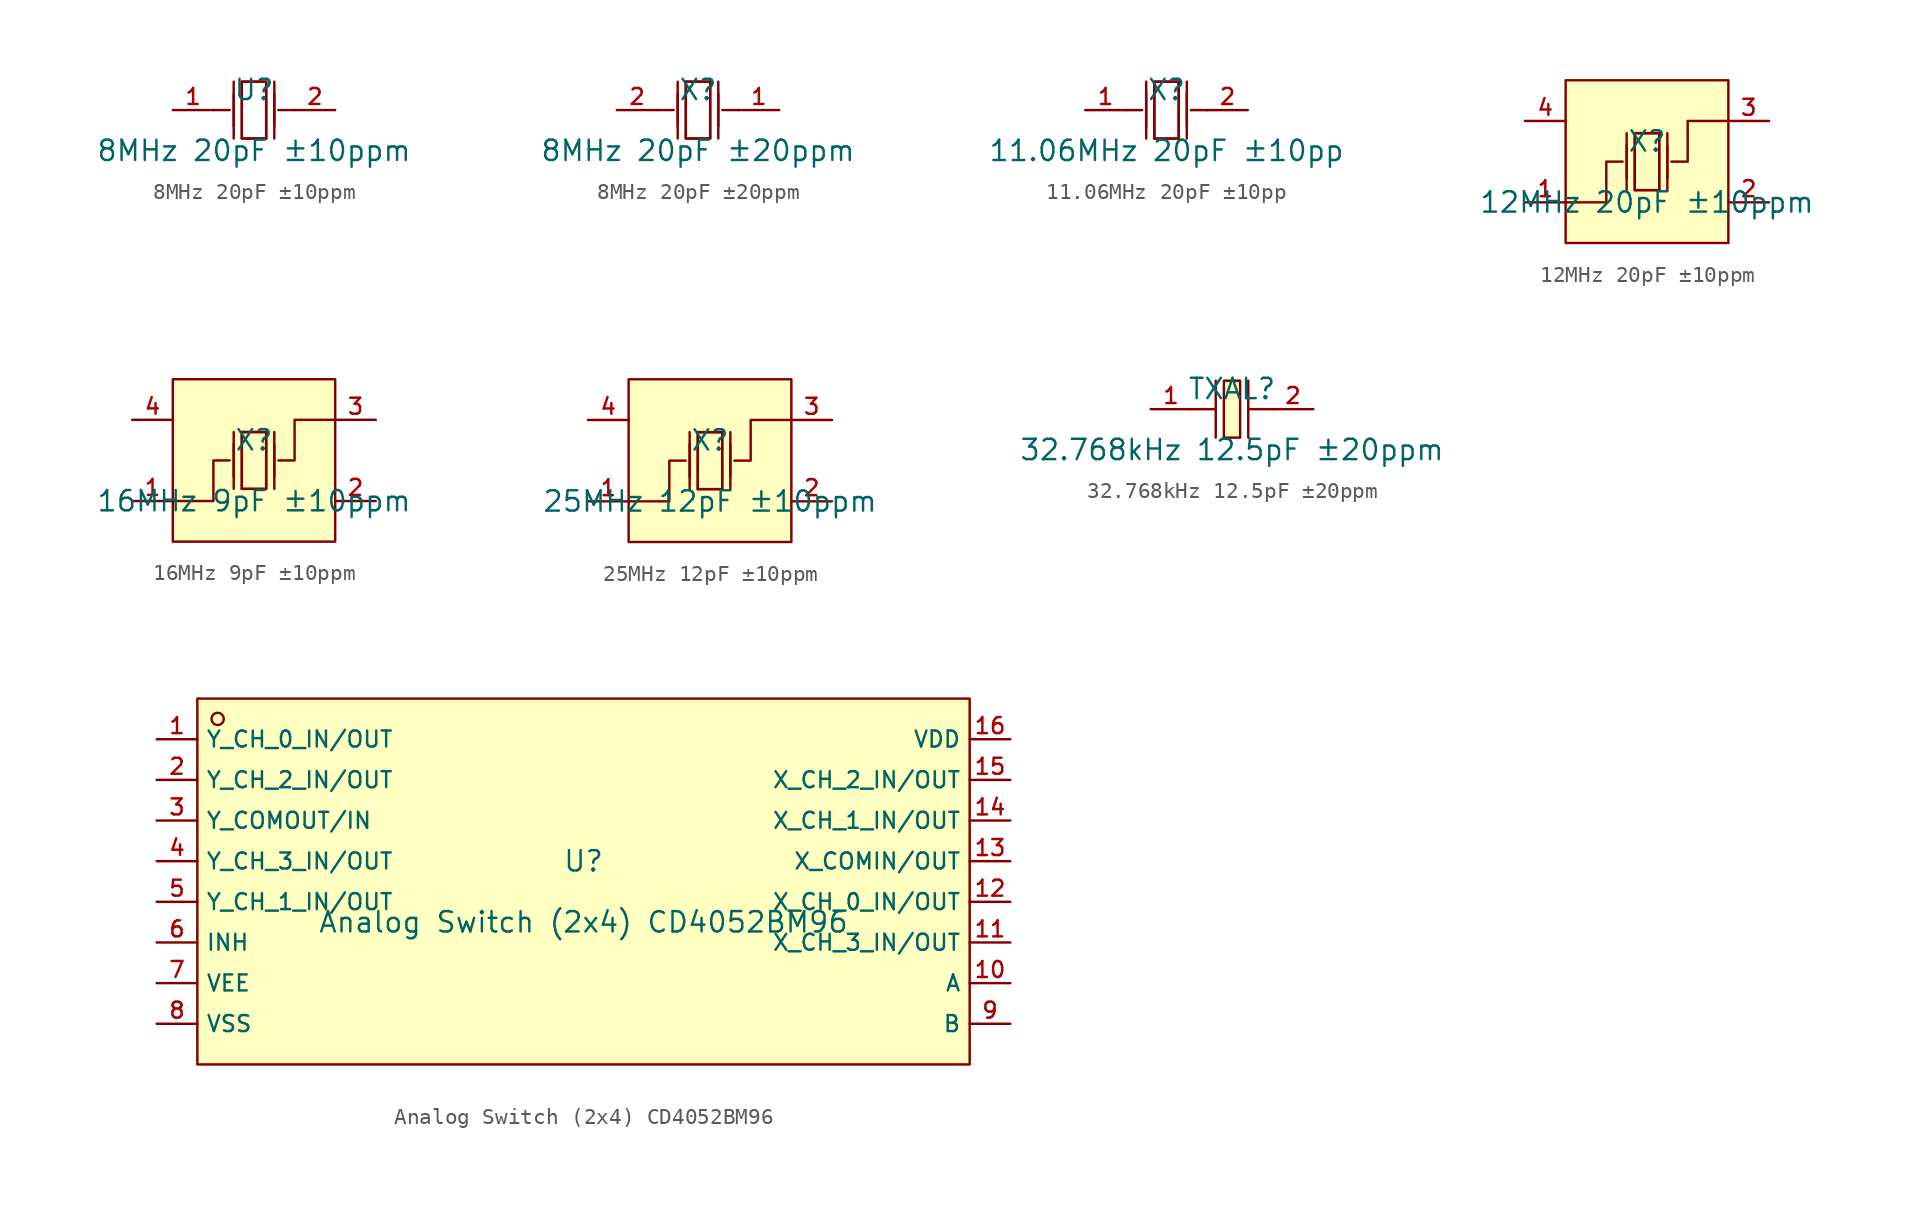
<source format=kicad_sym>
(kicad_symbol_lib
  (version 20220914)
  (generator kicad_symbol_editor)
  (symbol "8MHz 20pF ±10ppm"
    (pin_names hide)
    (property "Reference" "U"
      (at 0 1.27 0)
      (effects (font (size 1.27 1.27))))
    (property "Value" "8MHz 20pF ±10ppm"
      (at 0 -2.54 0)
      (effects (font (size 1.27 1.27))))
    (symbol "8MHz 20pF ±10ppm_0_1"
      (polyline (pts (xy -2.54 0) (xy -1.524 0)) (stroke (width 0) (type default)) (fill (type none)))
      (polyline (pts (xy -1.27 -1.778) (xy -1.27 1.778)) (stroke (width 0) (type default)) (fill (type none)))
      (polyline (pts (xy -1.27 -1.016) (xy -1.27 1.016)) (stroke (width 0) (type default)) (fill (type none)))
      (polyline (pts (xy 0.762 -1.778) (xy -0.762 -1.778)) (stroke (width 0) (type default)) (fill (type none)))
      (polyline (pts (xy 1.27 -1.778) (xy 1.27 1.778)) (stroke (width 0) (type default)) (fill (type none)))
      (polyline (pts (xy 1.27 -1.016) (xy 1.27 1.016)) (stroke (width 0) (type default)) (fill (type none)))
      (polyline (pts (xy 2.54 0) (xy 1.524 0)) (stroke (width 0) (type default)) (fill (type none)))
      (polyline (pts (xy -0.762 -1.778) (xy -0.762 1.778) (xy 0.762 1.778) (xy 0.762 -1.778)) (stroke (width 0) (type default)) (fill (type none)))
      (polyline (pts (xy 0.762 1.778) (xy 0.762 -1.778) (xy -0.762 -1.778) (xy -0.762 1.778) (xy 0.762 1.778)) (stroke (width 0) (type default)) (fill (type none)))
      (pin input line (at -5.08 0 0) (length 2.54) (name "OSC1" (effects (font (size 1 1)))) (number "1" (effects (font (size 1 1)))))
      (pin input line (at 5.08 0 180) (length 2.54) (name "OSC2" (effects (font (size 1 1)))) (number "2" (effects (font (size 1 1)))))))
  (symbol "8MHz 20pF ±20ppm"
    (pin_names hide)
    (property "Reference" "X"
      (at 0 1.27 0)
      (effects (font (size 1.27 1.27))))
    (property "Value" "8MHz 20pF ±20ppm"
      (at 0 -2.54 0)
      (effects (font (size 1.27 1.27))))
    (symbol "8MHz 20pF ±20ppm_0_1"
      (polyline (pts (xy -2.54 0) (xy -1.524 0)) (stroke (width 0) (type default)) (fill (type none)))
      (polyline (pts (xy -1.27 1.016) (xy -1.27 -1.016)) (stroke (width 0) (type default)) (fill (type none)))
      (polyline (pts (xy -1.27 1.778) (xy -1.27 -1.778)) (stroke (width 0) (type default)) (fill (type none)))
      (polyline (pts (xy -0.762 1.778) (xy 0.762 1.778)) (stroke (width 0) (type default)) (fill (type none)))
      (polyline (pts (xy 1.27 1.016) (xy 1.27 -1.016)) (stroke (width 0) (type default)) (fill (type none)))
      (polyline (pts (xy 1.27 1.778) (xy 1.27 -1.778)) (stroke (width 0) (type default)) (fill (type none)))
      (polyline (pts (xy 2.54 0) (xy 1.524 0)) (stroke (width 0) (type default)) (fill (type none)))
      (polyline (pts (xy 0.762 1.778) (xy 0.762 -1.778) (xy -0.762 -1.778) (xy -0.762 1.778)) (stroke (width 0) (type default)) (fill (type none)))
      (polyline (pts (xy -0.762 -1.778) (xy -0.762 1.778) (xy 0.762 1.778) (xy 0.762 -1.778) (xy -0.762 -1.778)) (stroke (width 0) (type default)) (fill (type none)))
      (pin input line (at 5.08 0 180) (length 2.54) (name "OSC1" (effects (font (size 1 1)))) (number "1" (effects (font (size 1 1)))))
      (pin input line (at -5.08 0 0) (length 2.54) (name "OSC2" (effects (font (size 1 1)))) (number "2" (effects (font (size 1 1)))))))
  (symbol "11.06MHz 20pF ±10pp"
    (pin_names hide)
    (property "Reference" "X"
      (at 0 1.27 0)
      (effects (font (size 1.27 1.27))))
    (property "Value" "11.06MHz 20pF ±10pp"
      (at 0 -2.54 0)
      (effects (font (size 1.27 1.27))))
    (symbol "11.06MHz 20pF ±10pp_0_1"
      (polyline (pts (xy -2.54 0) (xy -1.524 0)) (stroke (width 0) (type default)) (fill (type none)))
      (polyline (pts (xy -1.27 -1.778) (xy -1.27 1.778)) (stroke (width 0) (type default)) (fill (type none)))
      (polyline (pts (xy -1.27 -1.016) (xy -1.27 1.016)) (stroke (width 0) (type default)) (fill (type none)))
      (polyline (pts (xy 0.762 -1.778) (xy -0.762 -1.778)) (stroke (width 0) (type default)) (fill (type none)))
      (polyline (pts (xy 1.27 -1.778) (xy 1.27 1.778)) (stroke (width 0) (type default)) (fill (type none)))
      (polyline (pts (xy 1.27 -1.016) (xy 1.27 1.016)) (stroke (width 0) (type default)) (fill (type none)))
      (polyline (pts (xy 2.54 0) (xy 1.524 0)) (stroke (width 0) (type default)) (fill (type none)))
      (polyline (pts (xy -0.762 -1.778) (xy -0.762 1.778) (xy 0.762 1.778) (xy 0.762 -1.778)) (stroke (width 0) (type default)) (fill (type none)))
      (polyline (pts (xy 0.762 1.778) (xy 0.762 -1.778) (xy -0.762 -1.778) (xy -0.762 1.778) (xy 0.762 1.778)) (stroke (width 0) (type default)) (fill (type none)))
      (pin input line (at -5.08 0 0) (length 2.54) (name "OSC1" (effects (font (size 1 1)))) (number "1" (effects (font (size 1 1)))))
      (pin input line (at 5.08 0 180) (length 2.54) (name "OSC2" (effects (font (size 1 1)))) (number "2" (effects (font (size 1 1)))))))
  (symbol "12MHz 20pF ±10ppm"
    (pin_names hide)
    (property "Reference" "X"
      (at 0 1.27 0)
      (effects (font (size 1.27 1.27))))
    (property "Value" "12MHz 20pF ±10ppm"
      (at 0 -2.54 0)
      (effects (font (size 1.27 1.27))))
    (symbol "12MHz 20pF ±10ppm_0_1"
      (rectangle (start -5.08 5.08) (end 5.08 -5.08) (stroke (width 0) (type default)) (fill (type background)))
      (polyline (pts (xy -1.27 -1.778) (xy -1.27 1.778)) (stroke (width 0) (type default)) (fill (type none)))
      (polyline (pts (xy -1.27 -1.016) (xy -1.27 1.016)) (stroke (width 0) (type default)) (fill (type none)))
      (polyline (pts (xy 0.762 -1.778) (xy -0.762 -1.778)) (stroke (width 0) (type default)) (fill (type none)))
      (polyline (pts (xy 1.27 -1.778) (xy 1.27 1.778)) (stroke (width 0) (type default)) (fill (type none)))
      (polyline (pts (xy 1.27 -1.016) (xy 1.27 1.016)) (stroke (width 0) (type default)) (fill (type none)))
      (polyline (pts (xy -5.08 -2.54) (xy -2.54 -2.54) (xy -2.54 0) (xy -1.524 0)) (stroke (width 0) (type default)) (fill (type none)))
      (polyline (pts (xy -0.762 -1.778) (xy -0.762 1.778) (xy 0.762 1.778) (xy 0.762 -1.778)) (stroke (width 0) (type default)) (fill (type none)))
      (polyline (pts (xy 5.08 2.54) (xy 2.54 2.54) (xy 2.54 0) (xy 1.524 0)) (stroke (width 0) (type default)) (fill (type none)))
      (polyline (pts (xy 0.762 1.778) (xy 0.762 -1.778) (xy -0.762 -1.778) (xy -0.762 1.778) (xy 0.762 1.778)) (stroke (width 0) (type default)) (fill (type none)))
      (pin unspecified line (at -7.62 -2.54 0) (length 2.54) (name "OSC1" (effects (font (size 1 1)))) (number "1" (effects (font (size 1 1)))))
      (pin unspecified line (at 7.62 -2.54 180) (length 2.54) (name "GND" (effects (font (size 1 1)))) (number "2" (effects (font (size 1 1)))))
      (pin unspecified line (at 7.62 2.54 180) (length 2.54) (name "OSC2" (effects (font (size 1 1)))) (number "3" (effects (font (size 1 1)))))
      (pin unspecified line (at -7.62 2.54 0) (length 2.54) (name "GND" (effects (font (size 1 1)))) (number "4" (effects (font (size 1 1)))))))
  (symbol "16MHz 9pF ±10ppm"
    (pin_names hide)
    (property "Reference" "X"
      (at 0 1.27 0)
      (effects (font (size 1.27 1.27))))
    (property "Value" "16MHz 9pF ±10ppm"
      (at 0 -2.54 0)
      (effects (font (size 1.27 1.27))))
    (symbol "16MHz 9pF ±10ppm_0_1"
      (rectangle (start -5.08 5.08) (end 5.08 -5.08) (stroke (width 0) (type default)) (fill (type background)))
      (polyline (pts (xy -1.27 -1.778) (xy -1.27 1.778)) (stroke (width 0) (type default)) (fill (type none)))
      (polyline (pts (xy -1.27 -1.016) (xy -1.27 1.016)) (stroke (width 0) (type default)) (fill (type none)))
      (polyline (pts (xy 0.762 -1.778) (xy -0.762 -1.778)) (stroke (width 0) (type default)) (fill (type none)))
      (polyline (pts (xy 1.27 -1.778) (xy 1.27 1.778)) (stroke (width 0) (type default)) (fill (type none)))
      (polyline (pts (xy 1.27 -1.016) (xy 1.27 1.016)) (stroke (width 0) (type default)) (fill (type none)))
      (polyline (pts (xy -5.08 -2.54) (xy -2.54 -2.54) (xy -2.54 0) (xy -1.524 0)) (stroke (width 0) (type default)) (fill (type none)))
      (polyline (pts (xy -0.762 -1.778) (xy -0.762 1.778) (xy 0.762 1.778) (xy 0.762 -1.778)) (stroke (width 0) (type default)) (fill (type none)))
      (polyline (pts (xy 5.08 2.54) (xy 2.54 2.54) (xy 2.54 0) (xy 1.524 0)) (stroke (width 0) (type default)) (fill (type none)))
      (polyline (pts (xy 0.762 1.778) (xy 0.762 -1.778) (xy -0.762 -1.778) (xy -0.762 1.778) (xy 0.762 1.778)) (stroke (width 0) (type default)) (fill (type none)))
      (pin unspecified line (at -7.62 -2.54 0) (length 2.54) (name "OSC1" (effects (font (size 1 1)))) (number "1" (effects (font (size 1 1)))))
      (pin unspecified line (at 7.62 -2.54 180) (length 2.54) (name "GND" (effects (font (size 1 1)))) (number "2" (effects (font (size 1 1)))))
      (pin unspecified line (at 7.62 2.54 180) (length 2.54) (name "OSC2" (effects (font (size 1 1)))) (number "3" (effects (font (size 1 1)))))
      (pin unspecified line (at -7.62 2.54 0) (length 2.54) (name "GND" (effects (font (size 1 1)))) (number "4" (effects (font (size 1 1)))))))
  (symbol "25MHz 12pF ±10ppm"
    (pin_names hide)
    (property "Reference" "X"
      (at 0 1.27 0)
      (effects (font (size 1.27 1.27))))
    (property "Value" "25MHz 12pF ±10ppm"
      (at 0 -2.54 0)
      (effects (font (size 1.27 1.27))))
    (symbol "25MHz 12pF ±10ppm_0_1"
      (rectangle (start -5.08 5.08) (end 5.08 -5.08) (stroke (width 0) (type default)) (fill (type background)))
      (polyline (pts (xy -1.27 -1.778) (xy -1.27 1.778)) (stroke (width 0) (type default)) (fill (type none)))
      (polyline (pts (xy -1.27 -1.016) (xy -1.27 1.016)) (stroke (width 0) (type default)) (fill (type none)))
      (polyline (pts (xy 0.762 -1.778) (xy -0.762 -1.778)) (stroke (width 0) (type default)) (fill (type none)))
      (polyline (pts (xy 1.27 -1.778) (xy 1.27 1.778)) (stroke (width 0) (type default)) (fill (type none)))
      (polyline (pts (xy 1.27 -1.016) (xy 1.27 1.016)) (stroke (width 0) (type default)) (fill (type none)))
      (polyline (pts (xy -5.08 -2.54) (xy -2.54 -2.54) (xy -2.54 0) (xy -1.524 0)) (stroke (width 0) (type default)) (fill (type none)))
      (polyline (pts (xy -0.762 -1.778) (xy -0.762 1.778) (xy 0.762 1.778) (xy 0.762 -1.778)) (stroke (width 0) (type default)) (fill (type none)))
      (polyline (pts (xy 5.08 2.54) (xy 2.54 2.54) (xy 2.54 0) (xy 1.524 0)) (stroke (width 0) (type default)) (fill (type none)))
      (polyline (pts (xy 0.762 1.778) (xy 0.762 -1.778) (xy -0.762 -1.778) (xy -0.762 1.778) (xy 0.762 1.778)) (stroke (width 0) (type default)) (fill (type none)))
      (pin unspecified line (at -7.62 -2.54 0) (length 2.54) (name "OSC1" (effects (font (size 1 1)))) (number "1" (effects (font (size 1 1)))))
      (pin unspecified line (at 7.62 -2.54 180) (length 2.54) (name "GND" (effects (font (size 1 1)))) (number "2" (effects (font (size 1 1)))))
      (pin unspecified line (at 7.62 2.54 180) (length 2.54) (name "OSC2" (effects (font (size 1 1)))) (number "3" (effects (font (size 1 1)))))
      (pin unspecified line (at -7.62 2.54 0) (length 2.54) (name "GND" (effects (font (size 1 1)))) (number "4" (effects (font (size 1 1)))))))
  (symbol "32.768kHz 12.5pF ±20ppm"
    (pin_names hide)
    (property "Reference" "TXAL"
      (at 0 1.27 0)
      (effects (font (size 1.27 1.27))))
    (property "Value" "32.768kHz 12.5pF ±20ppm"
      (at 0 -2.54 0)
      (effects (font (size 1.27 1.27))))
    (symbol "32.768kHz 12.5pF ±20ppm_0_1"
      (rectangle (start -0.508 1.778) (end 0.508 -1.778) (stroke (width 0) (type default)) (fill (type background)))
      (polyline (pts (xy -2.54 0) (xy -1.016 0)) (stroke (width 0) (type default)) (fill (type none)))
      (polyline (pts (xy -1.016 1.778) (xy -1.016 -1.778)) (stroke (width 0) (type default)) (fill (type none)))
      (polyline (pts (xy 1.016 0) (xy 2.54 0)) (stroke (width 0) (type default)) (fill (type none)))
      (polyline (pts (xy 1.016 1.778) (xy 1.016 -1.778)) (stroke (width 0) (type default)) (fill (type none)))
      (pin unspecified line (at -5.08 0 0) (length 2.54) (name "1" (effects (font (size 1 1)))) (number "1" (effects (font (size 1 1)))))
      (pin unspecified line (at 5.08 0 180) (length 2.54) (name "2" (effects (font (size 1 1)))) (number "2" (effects (font (size 1 1)))))))
  (symbol "Analog Switch (2x4) CD4052BM96"
    (property "Reference" "U"
      (at 0 1.27 0)
      (effects (font (size 1.27 1.27))))
    (property "Value" "Analog Switch (2x4) CD4052BM96"
      (at 0 -2.54 0)
      (effects (font (size 1.27 1.27))))
    (symbol "Analog Switch (2x4) CD4052BM96_0_1"
      (rectangle (start -24.13 11.43) (end 24.13 -11.43) (stroke (width 0) (type default)) (fill (type background)))
      (circle (center -22.86 10.16) (radius 0.381) (stroke (width 0) (type default)) (fill (type background)))
      (pin unspecified line (at -26.67 8.89 0) (length 2.54) (name "Y_CH_0_IN/OUT" (effects (font (size 1 1)))) (number "1" (effects (font (size 1 1)))))
      (pin unspecified line (at 26.67 -6.35 180) (length 2.54) (name "A" (effects (font (size 1 1)))) (number "10" (effects (font (size 1 1)))))
      (pin unspecified line (at 26.67 -3.81 180) (length 2.54) (name "X_CH_3_IN/OUT" (effects (font (size 1 1)))) (number "11" (effects (font (size 1 1)))))
      (pin unspecified line (at 26.67 -1.27 180) (length 2.54) (name "X_CH_0_IN/OUT" (effects (font (size 1 1)))) (number "12" (effects (font (size 1 1)))))
      (pin unspecified line (at 26.67 1.27 180) (length 2.54) (name "X_COMIN/OUT" (effects (font (size 1 1)))) (number "13" (effects (font (size 1 1)))))
      (pin unspecified line (at 26.67 3.81 180) (length 2.54) (name "X_CH_1_IN/OUT" (effects (font (size 1 1)))) (number "14" (effects (font (size 1 1)))))
      (pin unspecified line (at 26.67 6.35 180) (length 2.54) (name "X_CH_2_IN/OUT" (effects (font (size 1 1)))) (number "15" (effects (font (size 1 1)))))
      (pin unspecified line (at 26.67 8.89 180) (length 2.54) (name "VDD" (effects (font (size 1 1)))) (number "16" (effects (font (size 1 1)))))
      (pin unspecified line (at -26.67 6.35 0) (length 2.54) (name "Y_CH_2_IN/OUT" (effects (font (size 1 1)))) (number "2" (effects (font (size 1 1)))))
      (pin unspecified line (at -26.67 3.81 0) (length 2.54) (name "Y_COMOUT/IN" (effects (font (size 1 1)))) (number "3" (effects (font (size 1 1)))))
      (pin unspecified line (at -26.67 1.27 0) (length 2.54) (name "Y_CH_3_IN/OUT" (effects (font (size 1 1)))) (number "4" (effects (font (size 1 1)))))
      (pin unspecified line (at -26.67 -1.27 0) (length 2.54) (name "Y_CH_1_IN/OUT" (effects (font (size 1 1)))) (number "5" (effects (font (size 1 1)))))
      (pin unspecified line (at -26.67 -3.81 0) (length 2.54) (name "INH" (effects (font (size 1 1)))) (number "6" (effects (font (size 1 1)))))
      (pin unspecified line (at -26.67 -6.35 0) (length 2.54) (name "VEE" (effects (font (size 1 1)))) (number "7" (effects (font (size 1 1)))))
      (pin unspecified line (at -26.67 -8.89 0) (length 2.54) (name "VSS" (effects (font (size 1 1)))) (number "8" (effects (font (size 1 1)))))
      (pin unspecified line (at 26.67 -8.89 180) (length 2.54) (name "B" (effects (font (size 1 1)))) (number "9" (effects (font (size 1 1))))))))
</source>
